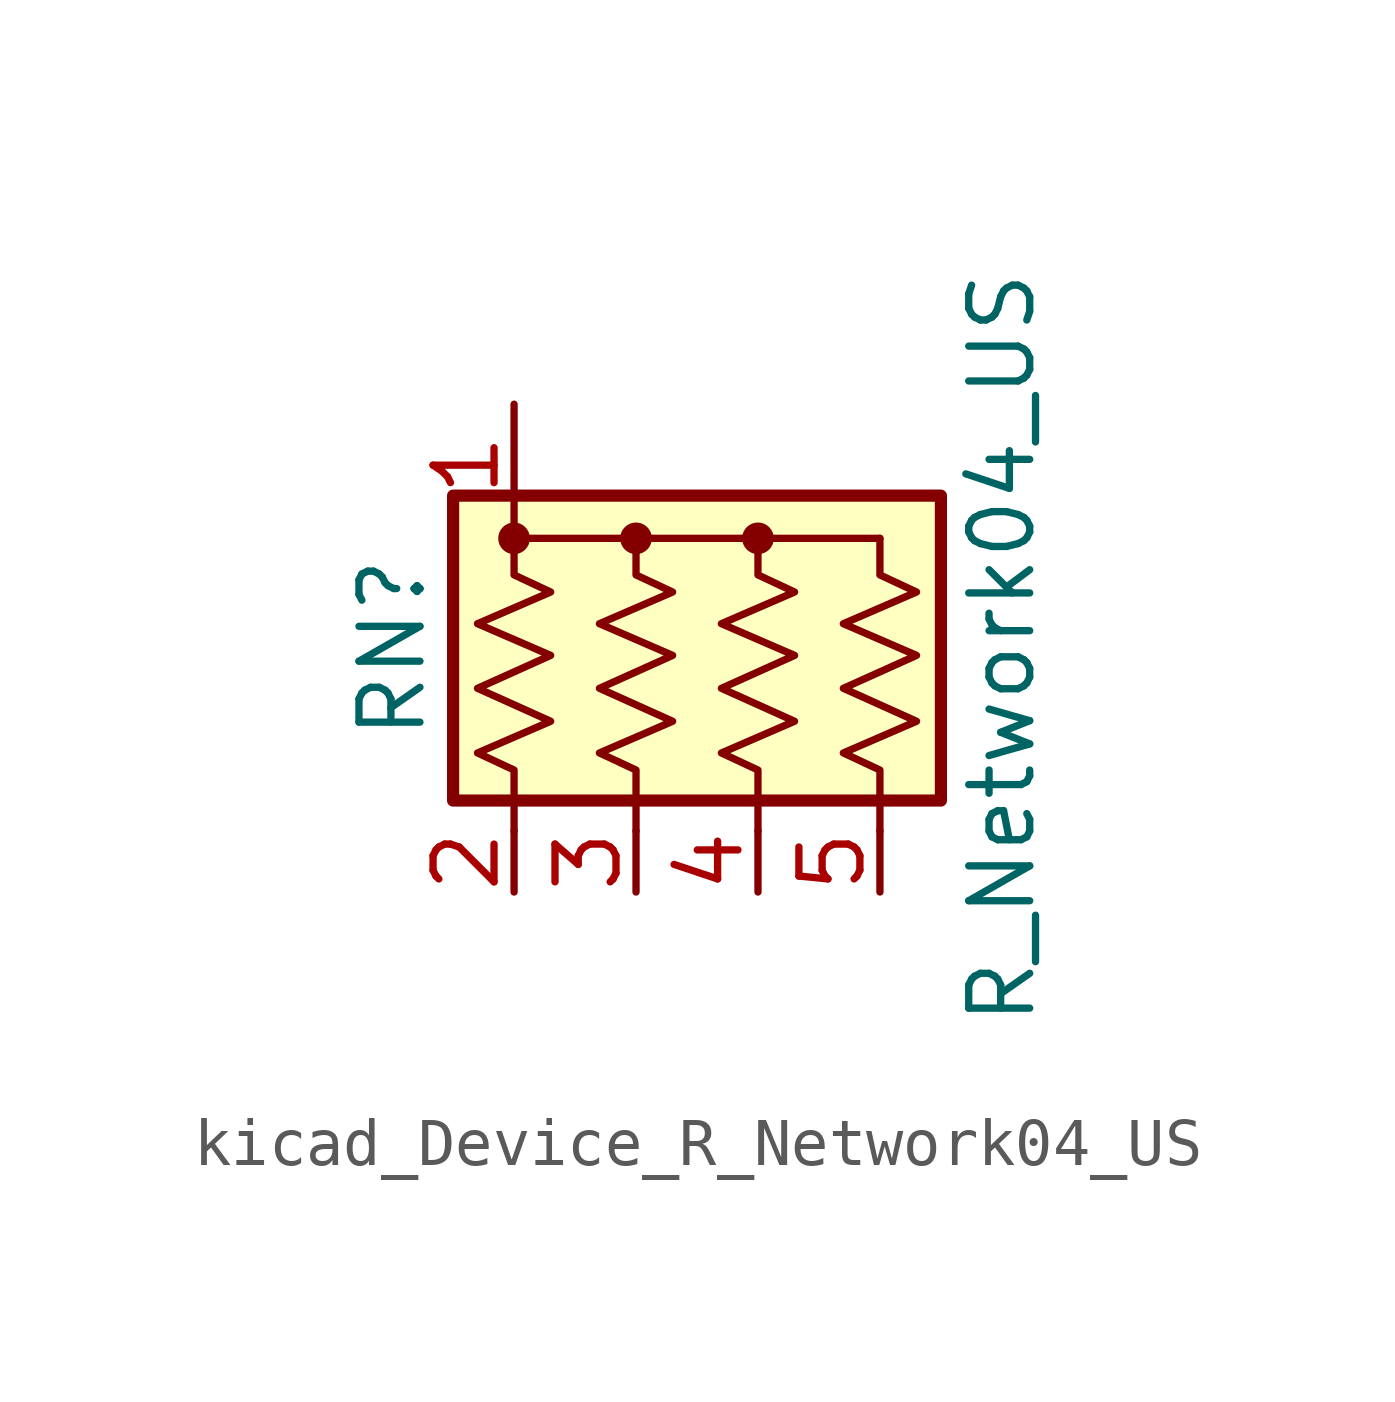
<source format=kicad_sym>
(kicad_symbol_lib
  (version 20220914)
  (generator kicad_symbol_editor)
  (symbol "kicad_Device_R_Network04_US"
    (pin_names
      (offset 0) hide)
    (property "Reference" "RN"
      (at -7.62 0 90)
      (effects (font (size 1.27 1.27))))
    (property "Value" "R_Network04_US"
      (at 5.08 0 90)
      (effects (font (size 1.27 1.27))))
    (symbol "kicad_Device_R_Network04_US_0_1"
      (rectangle (start -6.35 -3.175) (end 3.81 3.175) (stroke (width 0.254) (type default)) (fill (type background)))
      (circle (center -5.08 2.286) (radius 0.254) (stroke (width 0) (type default)) (fill (type outline)))
      (circle (center -2.54 2.286) (radius 0.254) (stroke (width 0) (type default)) (fill (type outline)))
      (polyline (pts (xy -5.08 2.286) (xy 2.54 2.286)) (stroke (width 0) (type default)) (fill (type none)))
      (polyline (pts (xy -5.08 2.286) (xy -5.08 1.524) (xy -4.318 1.168) (xy -5.842 0.508) (xy -4.318 -0.152) (xy -5.842 -0.838) (xy -4.318 -1.524) (xy -5.842 -2.184) (xy -5.08 -2.54) (xy -5.08 -3.81)) (stroke (width 0) (type default)) (fill (type none)))
      (polyline (pts (xy -2.54 2.286) (xy -2.54 1.524) (xy -1.778 1.168) (xy -3.302 0.508) (xy -1.778 -0.152) (xy -3.302 -0.838) (xy -1.778 -1.524) (xy -3.302 -2.184) (xy -2.54 -2.54) (xy -2.54 -3.81)) (stroke (width 0) (type default)) (fill (type none)))
      (polyline (pts (xy 0 2.286) (xy 0 1.524) (xy 0.762 1.168) (xy -0.762 0.508) (xy 0.762 -0.152) (xy -0.762 -0.838) (xy 0.762 -1.524) (xy -0.762 -2.184) (xy 0 -2.54) (xy 0 -3.81)) (stroke (width 0) (type default)) (fill (type none)))
      (polyline (pts (xy 2.54 2.286) (xy 2.54 1.524) (xy 3.302 1.168) (xy 1.778 0.508) (xy 3.302 -0.152) (xy 1.778 -0.838) (xy 3.302 -1.524) (xy 1.778 -2.184) (xy 2.54 -2.54) (xy 2.54 -3.81)) (stroke (width 0) (type default)) (fill (type none)))
      (circle (center 0 2.286) (radius 0.254) (stroke (width 0) (type default)) (fill (type outline))))
    (symbol "kicad_Device_R_Network04_US_1_1"
      (pin passive line (at -5.08 5.08 270) (length 2.54) (name "common" (effects (font (size 1.27 1.27)))) (number "1" (effects (font (size 1.27 1.27)))))
      (pin passive line (at -5.08 -5.08 90) (length 1.27) (name "R1" (effects (font (size 1.27 1.27)))) (number "2" (effects (font (size 1.27 1.27)))))
      (pin passive line (at -2.54 -5.08 90) (length 1.27) (name "R2" (effects (font (size 1.27 1.27)))) (number "3" (effects (font (size 1.27 1.27)))))
      (pin passive line (at 0 -5.08 90) (length 1.27) (name "R3" (effects (font (size 1.27 1.27)))) (number "4" (effects (font (size 1.27 1.27)))))
      (pin passive line (at 2.54 -5.08 90) (length 1.27) (name "R4" (effects (font (size 1.27 1.27)))) (number "5" (effects (font (size 1.27 1.27))))))))
</source>
